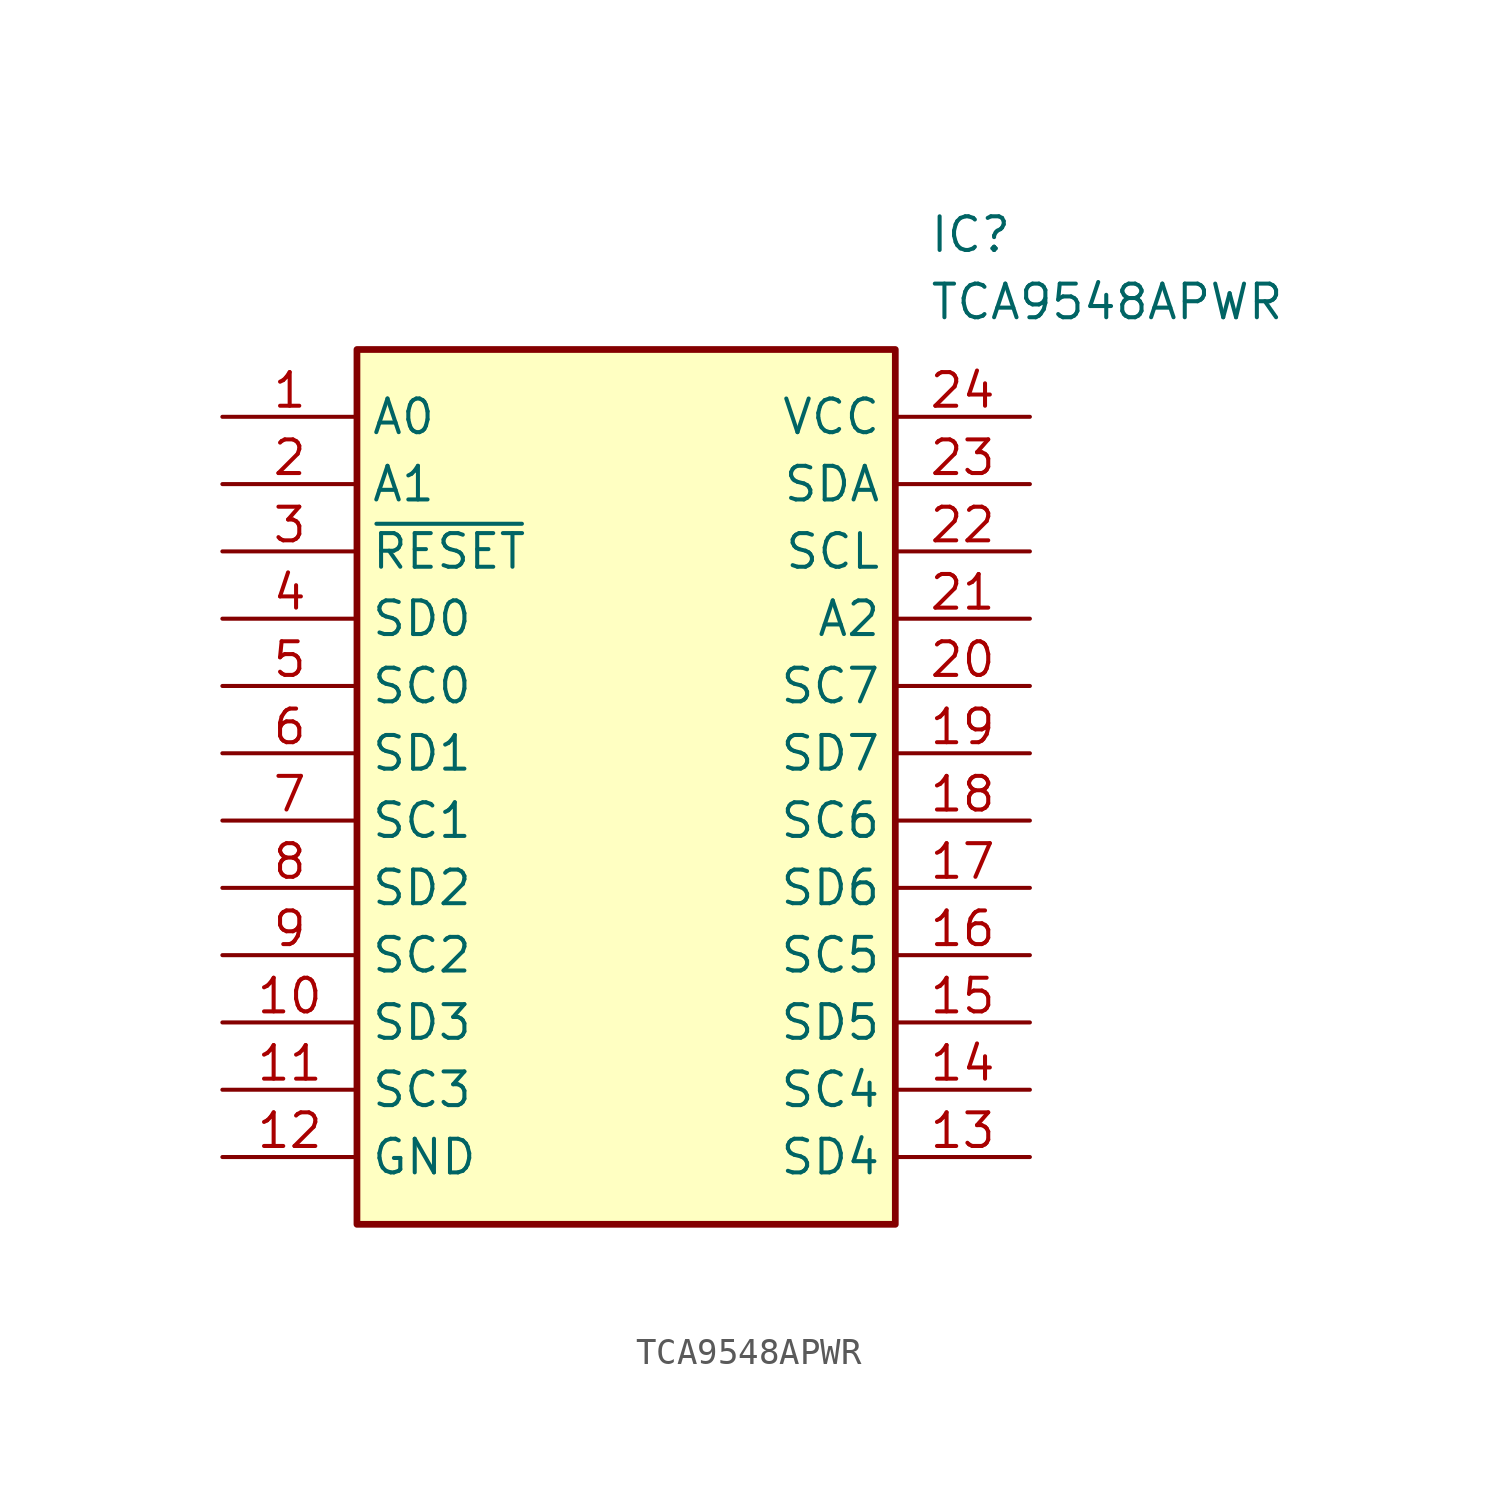
<source format=kicad_sym>
(kicad_symbol_lib
  (version 20211014)
  (generator SamacSys_ECAD_Model)
  (symbol "TCA9548APWR"
    (property "Reference" "IC"
      (at 26.67 7.62 0)
      (effects (font (size 1.27 1.27)) (justify left top)))
    (property "Value" "TCA9548APWR"
      (at 26.67 5.08 0)
      (effects (font (size 1.27 1.27)) (justify left top)))
    (rectangle
      (start 5.08 2.54)
      (end 25.4 -30.48)
      (stroke (width 0.254) (type default))
      (fill (type background)))
    (pin passive line
      (at 0 0 0)
      (length 5.08)
      (name "A0" (effects (font (size 1.27 1.27))))
      (number "1" (effects (font (size 1.27 1.27)))))
    (pin passive line
      (at 0 -2.54 0)
      (length 5.08)
      (name "A1" (effects (font (size 1.27 1.27))))
      (number "2" (effects (font (size 1.27 1.27)))))
    (pin passive line
      (at 0 -5.08 0)
      (length 5.08)
      (name "~{RESET}" (effects (font (size 1.27 1.27))))
      (number "3" (effects (font (size 1.27 1.27)))))
    (pin passive line
      (at 0 -7.62 0)
      (length 5.08)
      (name "SD0" (effects (font (size 1.27 1.27))))
      (number "4" (effects (font (size 1.27 1.27)))))
    (pin passive line
      (at 0 -10.16 0)
      (length 5.08)
      (name "SC0" (effects (font (size 1.27 1.27))))
      (number "5" (effects (font (size 1.27 1.27)))))
    (pin passive line
      (at 0 -12.7 0)
      (length 5.08)
      (name "SD1" (effects (font (size 1.27 1.27))))
      (number "6" (effects (font (size 1.27 1.27)))))
    (pin passive line
      (at 0 -15.24 0)
      (length 5.08)
      (name "SC1" (effects (font (size 1.27 1.27))))
      (number "7" (effects (font (size 1.27 1.27)))))
    (pin passive line
      (at 0 -17.78 0)
      (length 5.08)
      (name "SD2" (effects (font (size 1.27 1.27))))
      (number "8" (effects (font (size 1.27 1.27)))))
    (pin passive line
      (at 0 -20.32 0)
      (length 5.08)
      (name "SC2" (effects (font (size 1.27 1.27))))
      (number "9" (effects (font (size 1.27 1.27)))))
    (pin passive line
      (at 0 -22.86 0)
      (length 5.08)
      (name "SD3" (effects (font (size 1.27 1.27))))
      (number "10" (effects (font (size 1.27 1.27)))))
    (pin passive line
      (at 0 -25.4 0)
      (length 5.08)
      (name "SC3" (effects (font (size 1.27 1.27))))
      (number "11" (effects (font (size 1.27 1.27)))))
    (pin passive line
      (at 0 -27.94 0)
      (length 5.08)
      (name "GND" (effects (font (size 1.27 1.27))))
      (number "12" (effects (font (size 1.27 1.27)))))
    (pin passive line
      (at 30.48 0 180)
      (length 5.08)
      (name "VCC" (effects (font (size 1.27 1.27))))
      (number "24" (effects (font (size 1.27 1.27)))))
    (pin passive line
      (at 30.48 -2.54 180)
      (length 5.08)
      (name "SDA" (effects (font (size 1.27 1.27))))
      (number "23" (effects (font (size 1.27 1.27)))))
    (pin passive line
      (at 30.48 -5.08 180)
      (length 5.08)
      (name "SCL" (effects (font (size 1.27 1.27))))
      (number "22" (effects (font (size 1.27 1.27)))))
    (pin passive line
      (at 30.48 -7.62 180)
      (length 5.08)
      (name "A2" (effects (font (size 1.27 1.27))))
      (number "21" (effects (font (size 1.27 1.27)))))
    (pin passive line
      (at 30.48 -10.16 180)
      (length 5.08)
      (name "SC7" (effects (font (size 1.27 1.27))))
      (number "20" (effects (font (size 1.27 1.27)))))
    (pin passive line
      (at 30.48 -12.7 180)
      (length 5.08)
      (name "SD7" (effects (font (size 1.27 1.27))))
      (number "19" (effects (font (size 1.27 1.27)))))
    (pin passive line
      (at 30.48 -15.24 180)
      (length 5.08)
      (name "SC6" (effects (font (size 1.27 1.27))))
      (number "18" (effects (font (size 1.27 1.27)))))
    (pin passive line
      (at 30.48 -17.78 180)
      (length 5.08)
      (name "SD6" (effects (font (size 1.27 1.27))))
      (number "17" (effects (font (size 1.27 1.27)))))
    (pin passive line
      (at 30.48 -20.32 180)
      (length 5.08)
      (name "SC5" (effects (font (size 1.27 1.27))))
      (number "16" (effects (font (size 1.27 1.27)))))
    (pin passive line
      (at 30.48 -22.86 180)
      (length 5.08)
      (name "SD5" (effects (font (size 1.27 1.27))))
      (number "15" (effects (font (size 1.27 1.27)))))
    (pin passive line
      (at 30.48 -25.4 180)
      (length 5.08)
      (name "SC4" (effects (font (size 1.27 1.27))))
      (number "14" (effects (font (size 1.27 1.27)))))
    (pin passive line
      (at 30.48 -27.94 180)
      (length 5.08)
      (name "SD4" (effects (font (size 1.27 1.27))))
      (number "13" (effects (font (size 1.27 1.27)))))))
</source>
